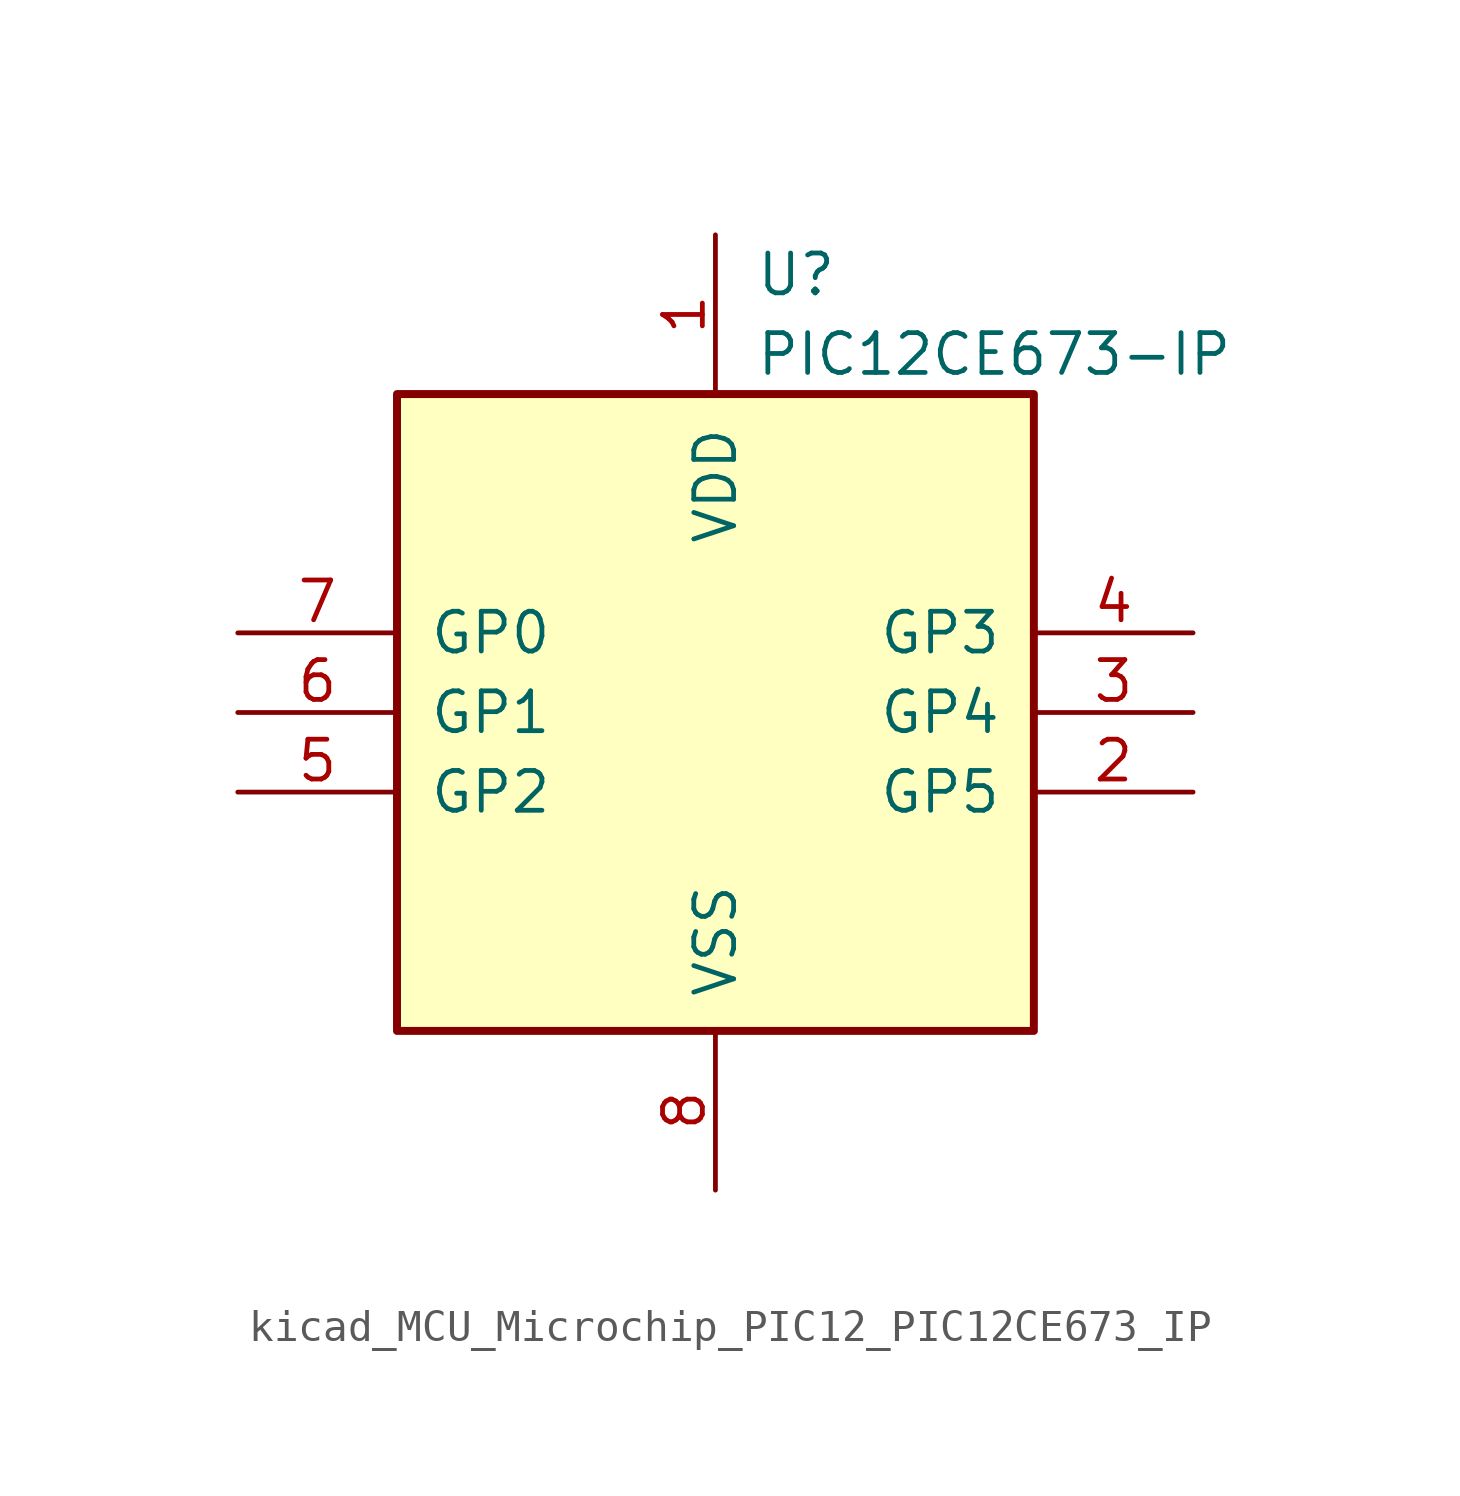
<source format=kicad_sym>
(kicad_symbol_lib
  (version 20220914)
  (generator kicad_symbol_editor)
  (symbol "kicad_MCU_Microchip_PIC12_PIC12CE673_IP"
    (pin_names
      (offset 1.016))
    (property "Reference" "U"
      (at 1.27 13.97 0)
      (effects (font (size 1.27 1.27)) (justify left)))
    (property "Value" "PIC12CE673-IP"
      (at 1.27 11.43 0)
      (effects (font (size 1.27 1.27)) (justify left)))
    (symbol "kicad_MCU_Microchip_PIC12_PIC12CE673_IP_0_1"
      (rectangle (start 10.16 -10.16) (end -10.16 10.16) (stroke (width 0.254) (type default)) (fill (type background))))
    (symbol "kicad_MCU_Microchip_PIC12_PIC12CE673_IP_1_1"
      (pin power_in line (at 0 15.24 270) (length 5.08) (name "VDD" (effects (font (size 1.27 1.27)))) (number "1" (effects (font (size 1.27 1.27)))))
      (pin bidirectional line (at 15.24 -2.54 180) (length 5.08) (name "GP5" (effects (font (size 1.27 1.27)))) (number "2" (effects (font (size 1.27 1.27)))))
      (pin bidirectional line (at 15.24 0 180) (length 5.08) (name "GP4" (effects (font (size 1.27 1.27)))) (number "3" (effects (font (size 1.27 1.27)))))
      (pin input line (at 15.24 2.54 180) (length 5.08) (name "GP3" (effects (font (size 1.27 1.27)))) (number "4" (effects (font (size 1.27 1.27)))))
      (pin bidirectional line (at -15.24 -2.54 0) (length 5.08) (name "GP2" (effects (font (size 1.27 1.27)))) (number "5" (effects (font (size 1.27 1.27)))))
      (pin bidirectional line (at -15.24 0 0) (length 5.08) (name "GP1" (effects (font (size 1.27 1.27)))) (number "6" (effects (font (size 1.27 1.27)))))
      (pin bidirectional line (at -15.24 2.54 0) (length 5.08) (name "GP0" (effects (font (size 1.27 1.27)))) (number "7" (effects (font (size 1.27 1.27)))))
      (pin power_in line (at 0 -15.24 90) (length 5.08) (name "VSS" (effects (font (size 1.27 1.27)))) (number "8" (effects (font (size 1.27 1.27))))))))
</source>
